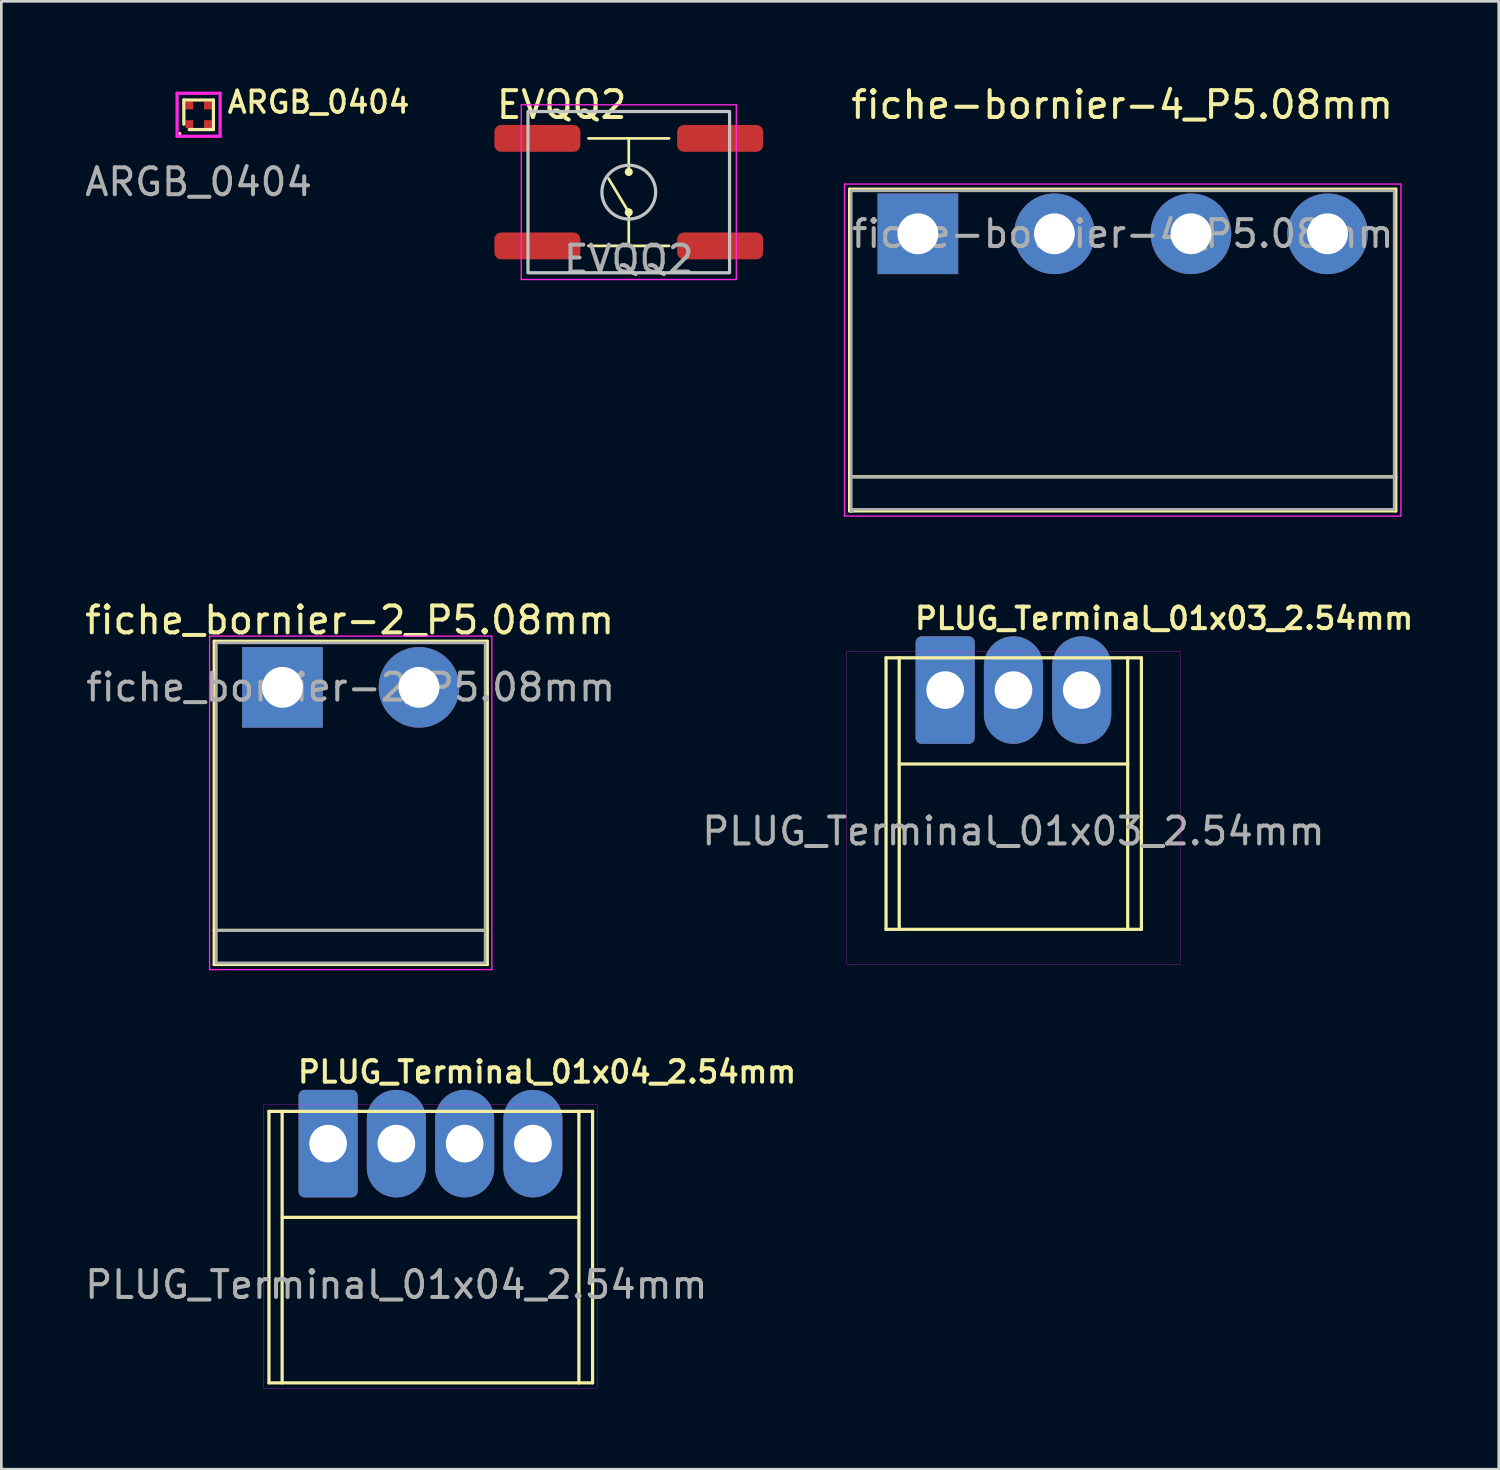
<source format=kicad_pcb>
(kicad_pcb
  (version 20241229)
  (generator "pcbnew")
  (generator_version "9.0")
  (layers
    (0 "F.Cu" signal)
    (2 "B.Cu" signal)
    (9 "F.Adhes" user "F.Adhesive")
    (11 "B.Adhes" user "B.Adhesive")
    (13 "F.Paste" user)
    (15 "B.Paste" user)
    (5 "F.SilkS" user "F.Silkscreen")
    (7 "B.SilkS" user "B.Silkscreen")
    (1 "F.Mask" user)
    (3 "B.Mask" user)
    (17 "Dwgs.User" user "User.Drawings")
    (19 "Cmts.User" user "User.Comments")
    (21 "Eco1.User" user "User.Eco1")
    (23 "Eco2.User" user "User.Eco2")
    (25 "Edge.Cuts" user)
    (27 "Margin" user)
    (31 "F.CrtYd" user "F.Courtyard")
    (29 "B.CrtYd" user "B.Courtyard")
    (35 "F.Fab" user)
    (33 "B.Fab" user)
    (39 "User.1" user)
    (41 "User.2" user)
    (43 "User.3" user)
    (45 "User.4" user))
  (footprint "ARGB_0404"
    (layer "F.Cu")
    (at 4.339 1.22)
    (property "Reference" "ARGB_0404" (at 1 0 0) (unlocked yes) (layer "F.SilkS") (effects (font (size 0.8 0.8) (thickness 0.14) (bold yes)) (justify left bottom)))
    (attr smd)
    (fp_line (start -0.7 0.7) (end -0.7 0.7) (stroke (width 0.12) (type solid)) (layer "F.SilkS"))
    (fp_line (start -0.55 -0.55) (end -0.55 0.35) (stroke (width 0.12) (type solid)) (layer "F.SilkS"))
    (fp_line (start -0.35 0.55) (end 0.55 0.55) (stroke (width 0.12) (type solid)) (layer "F.SilkS"))
    (fp_line (start 0.55 -0.55) (end -0.55 -0.55) (stroke (width 0.12) (type solid)) (layer "F.SilkS"))
    (fp_line (start 0.55 0.55) (end 0.55 -0.55) (stroke (width 0.12) (type solid)) (layer "F.SilkS"))
    (fp_line (start -0.8 -0.8) (end -0.8 0.8) (stroke (width 0.12) (type solid)) (layer "F.CrtYd"))
    (fp_line (start -0.8 0.8) (end 0.65 0.8) (stroke (width 0.12) (type solid)) (layer "F.CrtYd"))
    (fp_line (start 0.65 0.8) (end 0.8 0.8) (stroke (width 0.12) (type solid)) (layer "F.CrtYd"))
    (fp_line (start 0.8 -0.8) (end -0.8 -0.8) (stroke (width 0.12) (type solid)) (layer "F.CrtYd"))
    (fp_line (start 0.8 0.8) (end 0.8 -0.8) (stroke (width 0.12) (type solid)) (layer "F.CrtYd"))
    (fp_text user "${REFERENCE}" (at 0 2.5 0) (unlocked yes) (layer "F.Fab") (effects (font (size 1 1) (thickness 0.15))))
    (pad "1" smd rect (at -0.345 0.345 180) (size 0.29 0.29) (layers "F.Cu" "F.Mask" "F.Paste"))
    (pad "2" smd rect (at -0.345 -0.345 180) (size 0.29 0.29) (layers "F.Cu" "F.Mask" "F.Paste"))
    (pad "3" smd rect (at 0.345 -0.345 180) (size 0.29 0.29) (layers "F.Cu" "F.Mask" "F.Paste"))
    (pad "4" smd rect (at 0.345 0.345 180) (size 0.29 0.29) (layers "F.Cu" "F.Mask" "F.Paste")))
  (footprint "fiche_bornier-2_P5.08mm"
    (layer "F.Cu")
    (at 9.998 22.521)
    (property "Reference" "fiche_bornier-2_P5.08mm" (at -0.04 -2.5 0) (layer "F.SilkS") (effects (font (size 1 1) (thickness 0.15))))
    (attr through_hole)
    (fp_line (start -5.08 -1.715) (end -5.08 10.31) (stroke (width 0.12) (type solid)) (layer "F.SilkS"))
    (fp_line (start -5.08 10.31) (end 5.08 10.31) (stroke (width 0.12) (type solid)) (layer "F.SilkS"))
    (fp_line (start 5.08 -1.715) (end -5.08 -1.715) (stroke (width 0.12) (type solid)) (layer "F.SilkS"))
    (fp_line (start 5.08 9.04) (end -5.08 9.04) (stroke (width 0.12) (type solid)) (layer "F.SilkS"))
    (fp_line (start 5.08 10.31) (end 5.08 -1.715) (stroke (width 0.12) (type solid)) (layer "F.SilkS"))
    (fp_line (start -5.25 -1.905) (end -5.25 10.5) (stroke (width 0.05) (type solid)) (layer "F.CrtYd"))
    (fp_line (start -5.25 -1.905) (end 5.25 -1.905) (stroke (width 0.05) (type solid)) (layer "F.CrtYd"))
    (fp_line (start 5.25 10.5) (end -5.25 10.5) (stroke (width 0.05) (type solid)) (layer "F.CrtYd"))
    (fp_line (start 5.25 10.5) (end 5.25 -1.905) (stroke (width 0.05) (type solid)) (layer "F.CrtYd"))
    (fp_line (start -5 -1.655) (end -5 10.25) (stroke (width 0.1) (type solid)) (layer "F.Fab"))
    (fp_line (start -5 10.25) (end 5 10.25) (stroke (width 0.1) (type solid)) (layer "F.Fab"))
    (fp_line (start -4.95 9.05) (end 4.95 9.05) (stroke (width 0.1) (type solid)) (layer "F.Fab"))
    (fp_line (start 5 -1.655) (end -5 -1.655) (stroke (width 0.1) (type solid)) (layer "F.Fab"))
    (fp_line (start 5 10.25) (end 5 -1.655) (stroke (width 0.1) (type solid)) (layer "F.Fab"))
    (fp_text user "${REFERENCE}" (at 0 0 0) (layer "F.Fab") (effects (font (size 1 1) (thickness 0.15))))
    (pad "1" thru_hole rect (at -2.54 0) (size 3 3) (drill 1.52) (layers "*.Cu" "*.Mask"))
    (pad "2" thru_hole circle (at 2.54 0) (size 3 3) (drill 1.52) (layers "*.Cu" "*.Mask")))
  (footprint "EVQQ2"
    (layer "F.Cu")
    (at 20.342 4.098)
    (property "Reference" "EVQQ2" (at -5 -3.25 0) (unlocked yes) (layer "F.SilkS") (effects (font (size 1 1) (thickness 0.15)) (justify left)))
    (attr smd)
    (fp_line (start -1.5 -2) (end 1.5 -2) (stroke (width 0.1) (type solid)) (layer "F.SilkS"))
    (fp_line (start -1.5 2) (end 1.5 2) (stroke (width 0.1) (type solid)) (layer "F.SilkS"))
    (fp_line (start 0 -2) (end 0 -0.75) (stroke (width 0.1) (type solid)) (layer "F.SilkS"))
    (fp_line (start 0 -0.75) (end 0 -0.75) (stroke (width 0.3) (type solid)) (layer "F.SilkS"))
    (fp_line (start 0 0.75) (end -0.75 -0.5) (stroke (width 0.1) (type solid)) (layer "F.SilkS"))
    (fp_line (start 0 0.75) (end 0 0.75) (stroke (width 0.3) (type solid)) (layer "F.SilkS"))
    (fp_line (start 0 2) (end 0 0.75) (stroke (width 0.1) (type solid)) (layer "F.SilkS"))
    (fp_rect (start -3.75 -3) (end 3.75 3) (stroke (width 0.12) (type solid)) (fill no) (layer "Dwgs.User"))
    (fp_circle (center 0 0) (end 0 -1) (stroke (width 0.12) (type solid)) (fill no) (layer "Dwgs.User"))
    (fp_line (start -4 -3.25) (end -4 3.25) (stroke (width 0.05) (type solid)) (layer "F.CrtYd"))
    (fp_line (start -4 3.25) (end 4 3.25) (stroke (width 0.05) (type solid)) (layer "F.CrtYd"))
    (fp_line (start 4 -3.25) (end -4 -3.25) (stroke (width 0.05) (type solid)) (layer "F.CrtYd"))
    (fp_line (start 4 3.25) (end 4 -3.25) (stroke (width 0.05) (type solid)) (layer "F.CrtYd"))
    (fp_text user "${REFERENCE}" (at 0 2.5 0) (unlocked yes) (layer "F.Fab") (effects (font (size 1 1) (thickness 0.15))))
    (pad "1" smd roundrect (at -3.4 -2) (size 3.2 1) (layers "F.Cu" "F.Mask" "F.Paste") (roundrect_rratio 0.25))
    (pad "1" smd roundrect (at 3.4 -2) (size 3.2 1) (layers "F.Cu" "F.Mask" "F.Paste") (roundrect_rratio 0.25))
    (pad "2" smd roundrect (at -3.4 2) (size 3.2 1) (layers "F.Cu" "F.Mask" "F.Paste") (roundrect_rratio 0.25))
    (pad "2" smd roundrect (at 3.4 2) (size 3.2 1) (layers "F.Cu" "F.Mask" "F.Paste") (roundrect_rratio 0.25)))
  (footprint "fiche-bornier-4_P5.08mm"
    (layer "F.Cu")
    (at 38.717 5.648)
    (property "Reference" "fiche-bornier-4_P5.08mm" (at -0.02 -4.8 0) (layer "F.SilkS") (effects (font (size 1 1) (thickness 0.15))))
    (attr through_hole)
    (fp_line (start -10.16 -1.661) (end -10.16 10.31) (stroke (width 0.12) (type solid)) (layer "F.SilkS"))
    (fp_line (start -10.16 -1.661) (end 10.16 -1.661) (stroke (width 0.12) (type solid)) (layer "F.SilkS"))
    (fp_line (start -10.16 10.31) (end 10.16 10.31) (stroke (width 0.12) (type solid)) (layer "F.SilkS"))
    (fp_line (start 10.16 9.04) (end -10.16 9.04) (stroke (width 0.12) (type solid)) (layer "F.SilkS"))
    (fp_line (start 10.16 10.31) (end 10.16 -1.661) (stroke (width 0.12) (type solid)) (layer "F.SilkS"))
    (fp_line (start -10.35 -1.851) (end -10.35 10.5) (stroke (width 0.05) (type solid)) (layer "F.CrtYd"))
    (fp_line (start -10.35 -1.851) (end 10.35 -1.851) (stroke (width 0.05) (type solid)) (layer "F.CrtYd"))
    (fp_line (start 10.35 10.5) (end -10.35 10.5) (stroke (width 0.05) (type solid)) (layer "F.CrtYd"))
    (fp_line (start 10.35 10.5) (end 10.35 -1.851) (stroke (width 0.05) (type solid)) (layer "F.CrtYd"))
    (fp_line (start -10.1 -1.601) (end 10.1 -1.601) (stroke (width 0.1) (type solid)) (layer "F.Fab"))
    (fp_line (start -10.1 9.05) (end 10.1 9.05) (stroke (width 0.1) (type solid)) (layer "F.Fab"))
    (fp_line (start -10.1 10.25) (end -10.1 -1.601) (stroke (width 0.1) (type solid)) (layer "F.Fab"))
    (fp_line (start -10.05 10.327) (end -10.1 10.327) (stroke (width 0.1) (type solid)) (layer "F.Fab"))
    (fp_line (start 10.1 -1.601) (end 10.1 10.25) (stroke (width 0.1) (type solid)) (layer "F.Fab"))
    (fp_line (start 10.1 10.25) (end -10.05 10.25) (stroke (width 0.1) (type solid)) (layer "F.Fab"))
    (fp_text user "${REFERENCE}" (at 0 0 0) (layer "F.Fab") (effects (font (size 1 1) (thickness 0.15))))
    (pad "1" thru_hole rect (at -7.62 0) (size 3 3) (drill 1.52) (layers "*.Cu" "*.Mask"))
    (pad "2" thru_hole circle (at -2.54 0) (size 3 3) (drill 1.52) (layers "*.Cu" "*.Mask"))
    (pad "3" thru_hole circle (at 2.54 0) (size 3 3) (drill 1.52) (layers "*.Cu" "*.Mask"))
    (pad "4" thru_hole circle (at 7.62 0) (size 3 3) (drill 1.52) (layers "*.Cu" "*.Mask")))
  (footprint "PLUG_Terminal_01x04_2.54mm"
    (layer "F.Cu")
    (at 12.966 39.496)
    (property "Reference" "PLUG_Terminal_01x04_2.54mm" (at -5.02 -2.2 0) (unlocked yes) (layer "F.SilkS") (effects (font (size 0.8 0.8) (thickness 0.15)) (justify left bottom)))
    (attr through_hole)
    (fp_line (start -6.01 -1.2) (end -6.01 8.9) (stroke (width 0.12) (type default)) (layer "F.SilkS"))
    (fp_line (start -6.01 -1.2) (end 6.03 -1.2) (stroke (width 0.12) (type default)) (layer "F.SilkS"))
    (fp_line (start -6.01 8.9) (end 6.03 8.9) (stroke (width 0.12) (type default)) (layer "F.SilkS"))
    (fp_line (start -5.52 -1.2) (end -5.52 8.9) (stroke (width 0.12) (type default)) (layer "F.SilkS"))
    (fp_line (start -5.512 2.743) (end 5.512 2.743) (stroke (width 0.12) (type default)) (layer "F.SilkS"))
    (fp_line (start 5.52 8.9) (end 5.52 -1.2) (stroke (width 0.12) (type default)) (layer "F.SilkS"))
    (fp_line (start 6.03 8.9) (end 6.03 -1.2) (stroke (width 0.12) (type default)) (layer "F.SilkS"))
    (fp_rect (start -6.2 -1.45) (end 6.2 9.108) (stroke (width 0.01) (type default)) (fill no) (layer "F.CrtYd"))
    (fp_text user "${REFERENCE}" (at -1.27 5.25 0) (unlocked yes) (layer "F.Fab") (effects (font (size 1 1) (thickness 0.15))))
    (pad "1" thru_hole roundrect (at -3.81 0) (size 2.2 4) (drill 1.4) (layers "*.Cu" "*.Mask") (roundrect_rratio 0.1))
    (pad "2" thru_hole oval (at -1.27 0) (size 2.2 4) (drill 1.4) (layers "*.Cu" "*.Mask"))
    (pad "3" thru_hole oval (at 1.27 0) (size 2.2 4) (drill 1.4) (layers "*.Cu" "*.Mask"))
    (pad "4" thru_hole oval (at 3.81 0) (size 2.2 4) (drill 1.4) (layers "*.Cu" "*.Mask")))
  (footprint "PLUG_Terminal_01x03_2.54mm"
    (layer "F.Cu")
    (at 34.653 22.623)
    (property "Reference" "PLUG_Terminal_01x03_2.54mm" (at -3.75 -2.2 0) (unlocked yes) (layer "F.SilkS") (effects (font (size 0.8 0.8) (thickness 0.15)) (justify left bottom)))
    (attr through_hole)
    (fp_line (start -4.74 -1.2) (end -4.74 8.9) (stroke (width 0.12) (type default)) (layer "F.SilkS"))
    (fp_line (start -4.74 -1.2) (end 4.76 -1.2) (stroke (width 0.12) (type default)) (layer "F.SilkS"))
    (fp_line (start -4.74 8.9) (end 4.76 8.9) (stroke (width 0.12) (type default)) (layer "F.SilkS"))
    (fp_line (start -4.25 -1.2) (end -4.25 8.9) (stroke (width 0.12) (type default)) (layer "F.SilkS"))
    (fp_line (start -4.25 2.75) (end 4.25 2.75) (stroke (width 0.12) (type default)) (layer "F.SilkS"))
    (fp_line (start 4.25 8.9) (end 4.25 -1.2) (stroke (width 0.12) (type default)) (layer "F.SilkS"))
    (fp_line (start 4.76 8.9) (end 4.76 -1.2) (stroke (width 0.12) (type default)) (layer "F.SilkS"))
    (fp_rect (start -6.2 -1.45) (end 6.2 10.2) (stroke (width 0.01) (type default)) (fill no) (layer "F.CrtYd"))
    (fp_text user "${REFERENCE}" (at 0 5.25 0) (unlocked yes) (layer "F.Fab") (effects (font (size 1 1) (thickness 0.15))))
    (pad "1" thru_hole roundrect (at -2.54 0) (size 2.2 4) (drill 1.4) (layers "*.Cu" "*.Mask") (roundrect_rratio 0.1))
    (pad "2" thru_hole oval (at 0 0) (size 2.2 4) (drill 1.4) (layers "*.Cu" "*.Mask"))
    (pad "3" thru_hole oval (at 2.54 0) (size 2.2 4) (drill 1.4) (layers "*.Cu" "*.Mask")))
  (gr_rect
    (start -3 -3)
    (end 52.707 51.609)
    (stroke (width 0.1) (type default))
    (fill no)
    (layer "Edge.Cuts")))
</source>
